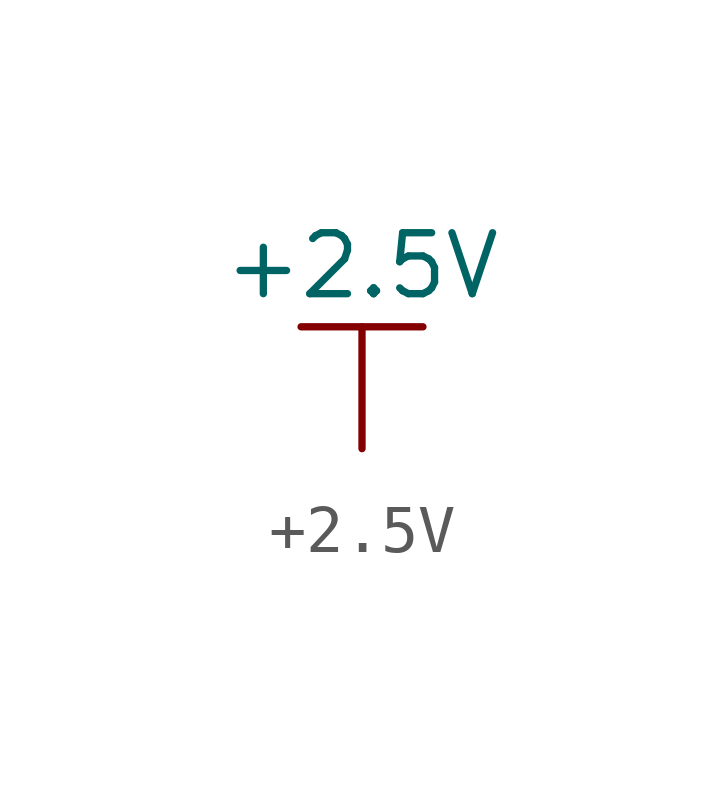
<source format=kicad_sym>
(kicad_symbol_lib
  (version 20211014)
  (generator kicad_symbol_editor)
  (symbol "+2.5V"
    (power)
    (pin_names
      (offset 0))
    (property "Reference" "#PWR"
      (at 0 -3.81 0)
      (effects (font (size 1.27 1.27)) hide))
    (property "Value" "+2.5V"
      (at 0 3.81 0)
      (effects (font (size 1.27 1.27))))
    (symbol "+2.5V_0_1"
      (polyline (pts (xy -1.27 2.54) (xy 1.27 2.54)) (stroke (width 0) (type default) (color 0 0 0 0)) (fill (type none)))
      (polyline (pts (xy 0 0) (xy 0 2.54)) (stroke (width 0) (type default) (color 0 0 0 0)) (fill (type none))))
    (symbol "+2.5V_1_1"
      (pin power_in line (at 0 0 90) (length 0) hide (name "+2.5V" (effects (font (size 1.27 1.27)))) (number "1" (effects (font (size 1.27 1.27))))))))
</source>
